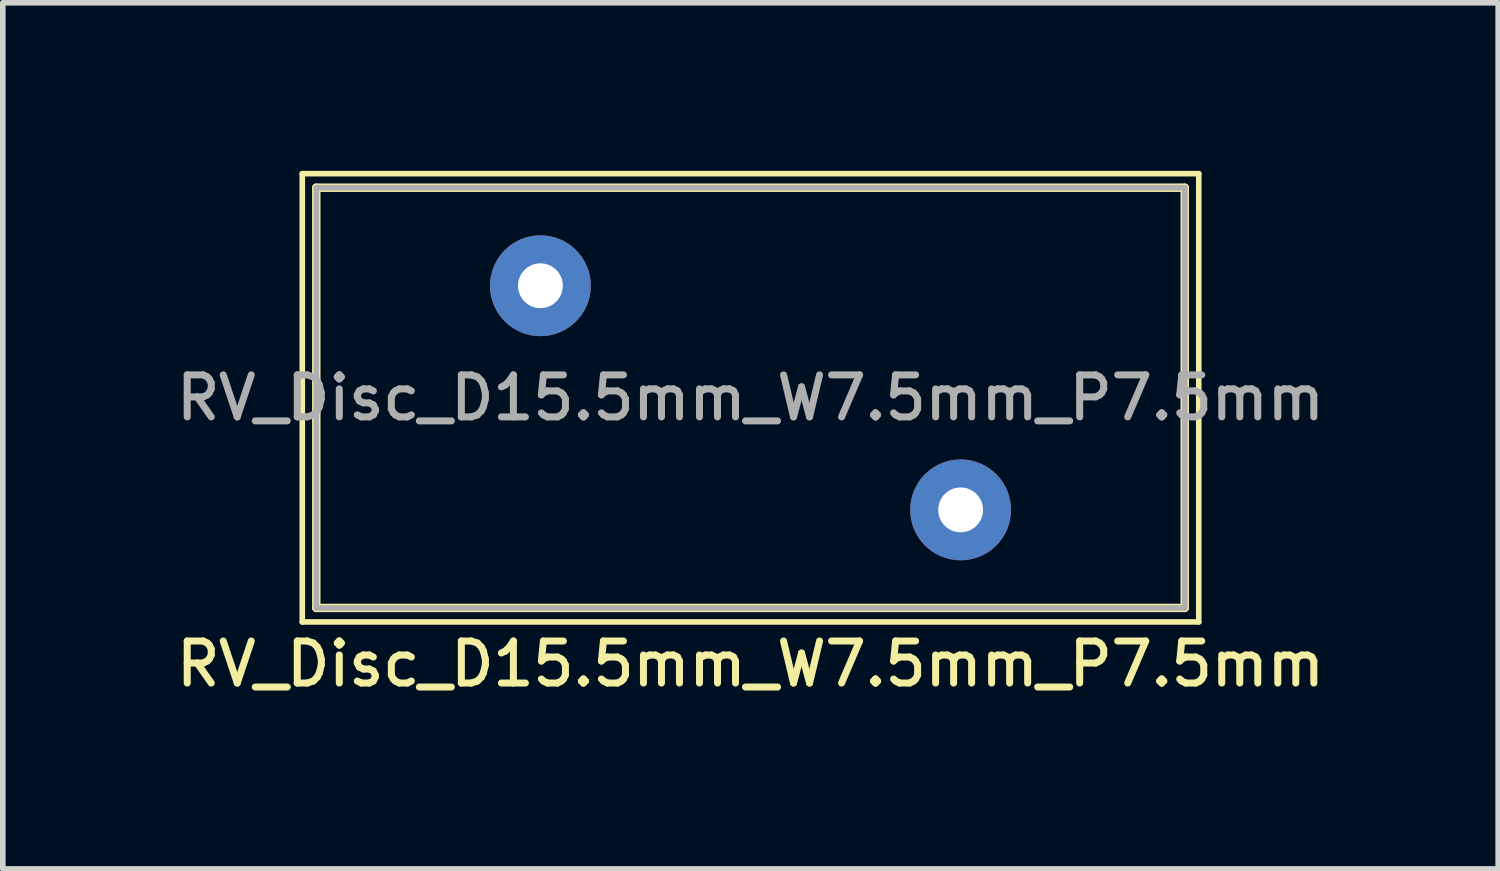
<source format=kicad_pcb>
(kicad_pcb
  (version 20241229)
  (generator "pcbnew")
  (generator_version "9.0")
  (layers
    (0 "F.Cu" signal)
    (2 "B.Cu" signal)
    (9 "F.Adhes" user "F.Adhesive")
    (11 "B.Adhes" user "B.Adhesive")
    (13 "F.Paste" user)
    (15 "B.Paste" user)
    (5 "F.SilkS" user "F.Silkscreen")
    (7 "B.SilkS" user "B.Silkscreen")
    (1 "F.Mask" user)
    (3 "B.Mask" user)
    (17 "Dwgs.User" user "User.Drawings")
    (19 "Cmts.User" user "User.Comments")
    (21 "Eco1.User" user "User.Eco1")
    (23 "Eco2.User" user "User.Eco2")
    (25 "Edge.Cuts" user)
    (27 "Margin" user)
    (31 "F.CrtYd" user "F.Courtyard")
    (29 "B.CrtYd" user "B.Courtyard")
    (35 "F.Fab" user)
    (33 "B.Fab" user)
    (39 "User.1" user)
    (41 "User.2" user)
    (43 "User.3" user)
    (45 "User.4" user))
  (footprint "RV_Disc_D15.5mm_W7.5mm_P7.5mm"
    (layer "F.Cu")
    (at 6.595 2.05)
    (property "Reference" "RV_Disc_D15.5mm_W7.5mm_P7.5mm" (at 3.75 6.75 0) (layer "F.SilkS") (effects (font (size 0.75 0.75) (thickness 0.125))))
    (attr through_hole)
    (fp_line (start -4.25 -2) (end -4.25 6) (stroke (width 0.1) (type solid)) (layer "F.SilkS"))
    (fp_line (start -4.25 -2) (end 11.75 -2) (stroke (width 0.1) (type solid)) (layer "F.SilkS"))
    (fp_line (start -4.25 6) (end 11.75 6) (stroke (width 0.1) (type solid)) (layer "F.SilkS"))
    (fp_line (start -4 -1.75) (end -4 5.75) (stroke (width 0.15) (type solid)) (layer "F.SilkS"))
    (fp_line (start -4 -1.75) (end 11.5 -1.75) (stroke (width 0.15) (type solid)) (layer "F.SilkS"))
    (fp_line (start -4 5.75) (end 11.5 5.75) (stroke (width 0.15) (type solid)) (layer "F.SilkS"))
    (fp_line (start 11.5 -1.75) (end 11.5 5.75) (stroke (width 0.15) (type solid)) (layer "F.SilkS"))
    (fp_line (start 11.75 -2) (end 11.75 6) (stroke (width 0.1) (type solid)) (layer "F.SilkS"))
    (fp_line (start -4 -1.75) (end -4 5.75) (stroke (width 0.1) (type solid)) (layer "F.Fab"))
    (fp_line (start -4 -1.75) (end 11.5 -1.75) (stroke (width 0.1) (type solid)) (layer "F.Fab"))
    (fp_line (start -4 5.75) (end 11.5 5.75) (stroke (width 0.1) (type solid)) (layer "F.Fab"))
    (fp_line (start 11.5 -1.75) (end 11.5 5.75) (stroke (width 0.1) (type solid)) (layer "F.Fab"))
    (fp_text user "${REFERENCE}" (at 3.75 2 0) (layer "F.Fab") (effects (font (size 0.75 0.75) (thickness 0.125))))
    (pad "1" thru_hole circle (at 0 0) (size 1.8 1.8) (drill 0.8) (layers "*.Cu" "*.Mask"))
    (pad "2" thru_hole circle (at 7.5 4) (size 1.8 1.8) (drill 0.8) (layers "*.Cu" "*.Mask")))
  (gr_rect
    (start -3 -3)
    (end 23.689 12.458)
    (stroke (width 0.1) (type default))
    (fill no)
    (layer "Edge.Cuts")))
</source>
